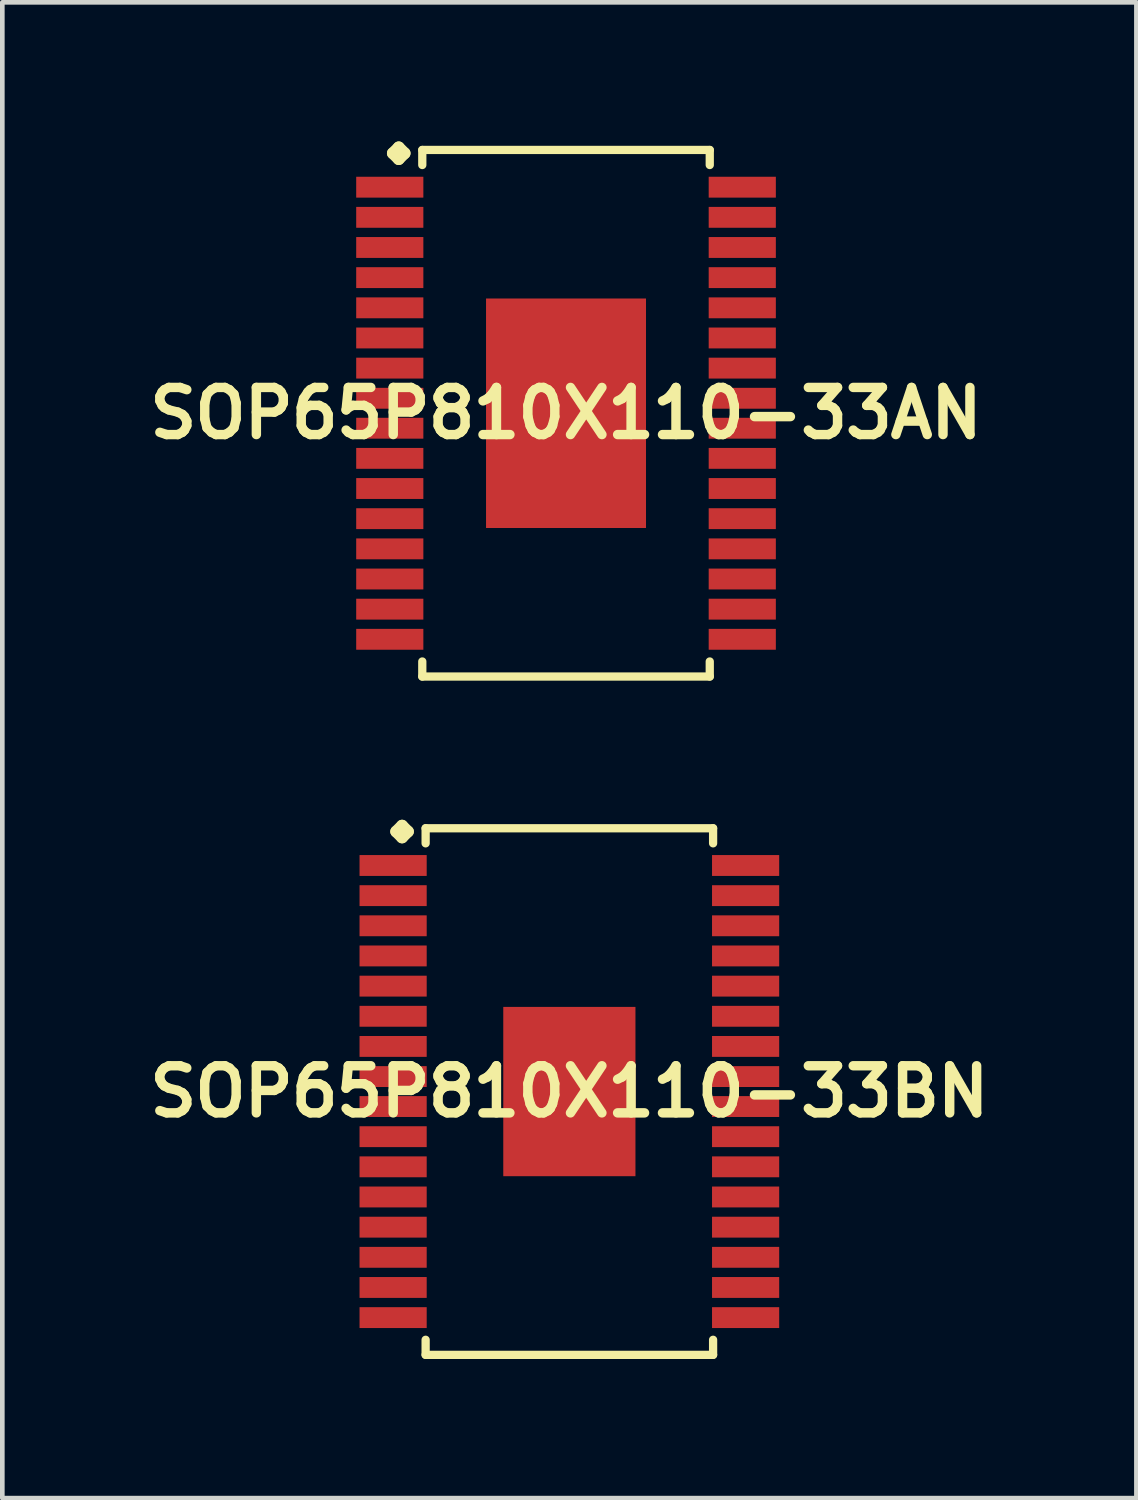
<source format=kicad_pcb>
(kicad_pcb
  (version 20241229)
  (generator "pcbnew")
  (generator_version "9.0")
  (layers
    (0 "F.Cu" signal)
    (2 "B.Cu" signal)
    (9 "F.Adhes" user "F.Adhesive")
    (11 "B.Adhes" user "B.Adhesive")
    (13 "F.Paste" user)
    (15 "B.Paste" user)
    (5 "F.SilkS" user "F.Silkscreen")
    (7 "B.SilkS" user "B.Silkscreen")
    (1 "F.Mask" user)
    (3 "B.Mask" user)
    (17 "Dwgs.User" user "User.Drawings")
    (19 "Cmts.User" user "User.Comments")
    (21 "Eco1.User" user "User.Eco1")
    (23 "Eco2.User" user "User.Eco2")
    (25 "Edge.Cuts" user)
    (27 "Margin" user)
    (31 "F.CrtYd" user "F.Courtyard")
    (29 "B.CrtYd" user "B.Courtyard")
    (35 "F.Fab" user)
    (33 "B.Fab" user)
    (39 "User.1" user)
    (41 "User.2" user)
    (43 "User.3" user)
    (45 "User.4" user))
  (footprint "SOP65P810X110-33BN"
    (layer "F.Cu")
    (at 9.226 20.485)
    (property "Reference" "SOP65P810X110-33BN" (at 0 0 0) (layer "F.SilkS") (effects (font (size 1.016 1.016) (thickness 0.203))))
    (attr smd)
    (fp_line (start -3.734 -5.606) (end -3.607 -5.733) (stroke (width 0.254) (type solid)) (layer "F.SilkS"))
    (fp_line (start -3.607 -5.733) (end -3.48 -5.606) (stroke (width 0.254) (type solid)) (layer "F.SilkS"))
    (fp_line (start -3.607 -5.479) (end -3.734 -5.606) (stroke (width 0.254) (type solid)) (layer "F.SilkS"))
    (fp_line (start -3.48 -5.606) (end -3.607 -5.479) (stroke (width 0.254) (type solid)) (layer "F.SilkS"))
    (fp_line (start -3.099 -5.677) (end 3.099 -5.677) (stroke (width 0.178) (type solid)) (layer "F.SilkS"))
    (fp_line (start -3.099 -5.352) (end -3.099 -5.677) (stroke (width 0.178) (type solid)) (layer "F.SilkS"))
    (fp_line (start -3.099 5.352) (end -3.099 5.677) (stroke (width 0.178) (type solid)) (layer "F.SilkS"))
    (fp_line (start -3.099 5.677) (end 3.099 5.677) (stroke (width 0.178) (type solid)) (layer "F.SilkS"))
    (fp_line (start 3.099 -5.677) (end 3.099 -5.352) (stroke (width 0.178) (type solid)) (layer "F.SilkS"))
    (fp_line (start 3.099 5.677) (end 3.099 5.352) (stroke (width 0.178) (type solid)) (layer "F.SilkS"))
    (pad "1" smd rect (at -3.8 -4.874) (size 1.448 0.45) (layers "F.Cu" "F.Mask" "F.Paste"))
    (pad "2" smd rect (at -3.8 -4.224) (size 1.448 0.45) (layers "F.Cu" "F.Mask" "F.Paste"))
    (pad "3" smd rect (at -3.8 -3.574) (size 1.448 0.45) (layers "F.Cu" "F.Mask" "F.Paste"))
    (pad "4" smd rect (at -3.8 -2.924) (size 1.448 0.45) (layers "F.Cu" "F.Mask" "F.Paste"))
    (pad "5" smd rect (at -3.8 -2.273) (size 1.448 0.45) (layers "F.Cu" "F.Mask" "F.Paste"))
    (pad "6" smd rect (at -3.8 -1.623) (size 1.448 0.45) (layers "F.Cu" "F.Mask" "F.Paste"))
    (pad "7" smd rect (at -3.8 -0.973) (size 1.448 0.45) (layers "F.Cu" "F.Mask" "F.Paste"))
    (pad "8" smd rect (at -3.8 -0.323) (size 1.448 0.45) (layers "F.Cu" "F.Mask" "F.Paste"))
    (pad "9" smd rect (at -3.8 0.323) (size 1.448 0.45) (layers "F.Cu" "F.Mask" "F.Paste"))
    (pad "10" smd rect (at -3.8 0.973) (size 1.448 0.45) (layers "F.Cu" "F.Mask" "F.Paste"))
    (pad "11" smd rect (at -3.8 1.623) (size 1.448 0.45) (layers "F.Cu" "F.Mask" "F.Paste"))
    (pad "12" smd rect (at -3.8 2.273) (size 1.448 0.45) (layers "F.Cu" "F.Mask" "F.Paste"))
    (pad "13" smd rect (at -3.8 2.924) (size 1.448 0.45) (layers "F.Cu" "F.Mask" "F.Paste"))
    (pad "14" smd rect (at -3.8 3.574) (size 1.448 0.45) (layers "F.Cu" "F.Mask" "F.Paste"))
    (pad "15" smd rect (at -3.8 4.224) (size 1.448 0.45) (layers "F.Cu" "F.Mask" "F.Paste"))
    (pad "16" smd rect (at -3.8 4.874) (size 1.448 0.45) (layers "F.Cu" "F.Mask" "F.Paste"))
    (pad "17" smd rect (at 3.8 4.874) (size 1.448 0.45) (layers "F.Cu" "F.Mask" "F.Paste"))
    (pad "18" smd rect (at 3.8 4.224) (size 1.448 0.45) (layers "F.Cu" "F.Mask" "F.Paste"))
    (pad "19" smd rect (at 3.8 3.574) (size 1.448 0.45) (layers "F.Cu" "F.Mask" "F.Paste"))
    (pad "20" smd rect (at 3.8 2.924) (size 1.448 0.45) (layers "F.Cu" "F.Mask" "F.Paste"))
    (pad "21" smd rect (at 3.8 2.273) (size 1.448 0.45) (layers "F.Cu" "F.Mask" "F.Paste"))
    (pad "22" smd rect (at 3.8 1.623) (size 1.448 0.45) (layers "F.Cu" "F.Mask" "F.Paste"))
    (pad "23" smd rect (at 3.8 0.973) (size 1.448 0.45) (layers "F.Cu" "F.Mask" "F.Paste"))
    (pad "24" smd rect (at 3.8 0.323) (size 1.448 0.45) (layers "F.Cu" "F.Mask" "F.Paste"))
    (pad "25" smd rect (at 3.8 -0.323) (size 1.448 0.45) (layers "F.Cu" "F.Mask" "F.Paste"))
    (pad "26" smd rect (at 3.8 -0.973) (size 1.448 0.45) (layers "F.Cu" "F.Mask" "F.Paste"))
    (pad "27" smd rect (at 3.8 -1.623) (size 1.448 0.45) (layers "F.Cu" "F.Mask" "F.Paste"))
    (pad "28" smd rect (at 3.8 -2.273) (size 1.448 0.45) (layers "F.Cu" "F.Mask" "F.Paste"))
    (pad "29" smd rect (at 3.8 -2.924) (size 1.448 0.45) (layers "F.Cu" "F.Mask" "F.Paste"))
    (pad "30" smd rect (at 3.8 -3.574) (size 1.448 0.45) (layers "F.Cu" "F.Mask" "F.Paste"))
    (pad "31" smd rect (at 3.8 -4.224) (size 1.448 0.45) (layers "F.Cu" "F.Mask" "F.Paste"))
    (pad "32" smd rect (at 3.8 -4.874) (size 1.448 0.45) (layers "F.Cu" "F.Mask" "F.Paste"))
    (pad "33" smd rect (at 0 0) (size 2.85 3.65) (layers "F.Cu" "F.Mask" "F.Paste")))
  (footprint "SOP65P810X110-33AN"
    (layer "F.Cu")
    (at 9.154 5.86)
    (property "Reference" "SOP65P810X110-33AN" (at 0 0 0) (layer "F.SilkS") (effects (font (size 1.016 1.016) (thickness 0.203))))
    (attr smd)
    (fp_line (start -3.734 -5.606) (end -3.607 -5.733) (stroke (width 0.254) (type solid)) (layer "F.SilkS"))
    (fp_line (start -3.607 -5.733) (end -3.48 -5.606) (stroke (width 0.254) (type solid)) (layer "F.SilkS"))
    (fp_line (start -3.607 -5.479) (end -3.734 -5.606) (stroke (width 0.254) (type solid)) (layer "F.SilkS"))
    (fp_line (start -3.48 -5.606) (end -3.607 -5.479) (stroke (width 0.254) (type solid)) (layer "F.SilkS"))
    (fp_line (start -3.099 -5.677) (end 3.099 -5.677) (stroke (width 0.178) (type solid)) (layer "F.SilkS"))
    (fp_line (start -3.099 -5.352) (end -3.099 -5.677) (stroke (width 0.178) (type solid)) (layer "F.SilkS"))
    (fp_line (start -3.099 5.352) (end -3.099 5.677) (stroke (width 0.178) (type solid)) (layer "F.SilkS"))
    (fp_line (start -3.099 5.677) (end 3.099 5.677) (stroke (width 0.178) (type solid)) (layer "F.SilkS"))
    (fp_line (start 3.099 -5.677) (end 3.099 -5.352) (stroke (width 0.178) (type solid)) (layer "F.SilkS"))
    (fp_line (start 3.099 5.677) (end 3.099 5.352) (stroke (width 0.178) (type solid)) (layer "F.SilkS"))
    (pad "1" smd rect (at -3.8 -4.874) (size 1.448 0.45) (layers "F.Cu" "F.Mask" "F.Paste"))
    (pad "2" smd rect (at -3.8 -4.224) (size 1.448 0.45) (layers "F.Cu" "F.Mask" "F.Paste"))
    (pad "3" smd rect (at -3.8 -3.574) (size 1.448 0.45) (layers "F.Cu" "F.Mask" "F.Paste"))
    (pad "4" smd rect (at -3.8 -2.924) (size 1.448 0.45) (layers "F.Cu" "F.Mask" "F.Paste"))
    (pad "5" smd rect (at -3.8 -2.273) (size 1.448 0.45) (layers "F.Cu" "F.Mask" "F.Paste"))
    (pad "6" smd rect (at -3.8 -1.623) (size 1.448 0.45) (layers "F.Cu" "F.Mask" "F.Paste"))
    (pad "7" smd rect (at -3.8 -0.973) (size 1.448 0.45) (layers "F.Cu" "F.Mask" "F.Paste"))
    (pad "8" smd rect (at -3.8 -0.323) (size 1.448 0.45) (layers "F.Cu" "F.Mask" "F.Paste"))
    (pad "9" smd rect (at -3.8 0.323) (size 1.448 0.45) (layers "F.Cu" "F.Mask" "F.Paste"))
    (pad "10" smd rect (at -3.8 0.973) (size 1.448 0.45) (layers "F.Cu" "F.Mask" "F.Paste"))
    (pad "11" smd rect (at -3.8 1.623) (size 1.448 0.45) (layers "F.Cu" "F.Mask" "F.Paste"))
    (pad "12" smd rect (at -3.8 2.273) (size 1.448 0.45) (layers "F.Cu" "F.Mask" "F.Paste"))
    (pad "13" smd rect (at -3.8 2.924) (size 1.448 0.45) (layers "F.Cu" "F.Mask" "F.Paste"))
    (pad "14" smd rect (at -3.8 3.574) (size 1.448 0.45) (layers "F.Cu" "F.Mask" "F.Paste"))
    (pad "15" smd rect (at -3.8 4.224) (size 1.448 0.45) (layers "F.Cu" "F.Mask" "F.Paste"))
    (pad "16" smd rect (at -3.8 4.874) (size 1.448 0.45) (layers "F.Cu" "F.Mask" "F.Paste"))
    (pad "17" smd rect (at 3.8 4.874) (size 1.448 0.45) (layers "F.Cu" "F.Mask" "F.Paste"))
    (pad "18" smd rect (at 3.8 4.224) (size 1.448 0.45) (layers "F.Cu" "F.Mask" "F.Paste"))
    (pad "19" smd rect (at 3.8 3.574) (size 1.448 0.45) (layers "F.Cu" "F.Mask" "F.Paste"))
    (pad "20" smd rect (at 3.8 2.924) (size 1.448 0.45) (layers "F.Cu" "F.Mask" "F.Paste"))
    (pad "21" smd rect (at 3.8 2.273) (size 1.448 0.45) (layers "F.Cu" "F.Mask" "F.Paste"))
    (pad "22" smd rect (at 3.8 1.623) (size 1.448 0.45) (layers "F.Cu" "F.Mask" "F.Paste"))
    (pad "23" smd rect (at 3.8 0.973) (size 1.448 0.45) (layers "F.Cu" "F.Mask" "F.Paste"))
    (pad "24" smd rect (at 3.8 0.323) (size 1.448 0.45) (layers "F.Cu" "F.Mask" "F.Paste"))
    (pad "25" smd rect (at 3.8 -0.323) (size 1.448 0.45) (layers "F.Cu" "F.Mask" "F.Paste"))
    (pad "26" smd rect (at 3.8 -0.973) (size 1.448 0.45) (layers "F.Cu" "F.Mask" "F.Paste"))
    (pad "27" smd rect (at 3.8 -1.623) (size 1.448 0.45) (layers "F.Cu" "F.Mask" "F.Paste"))
    (pad "28" smd rect (at 3.8 -2.273) (size 1.448 0.45) (layers "F.Cu" "F.Mask" "F.Paste"))
    (pad "29" smd rect (at 3.8 -2.924) (size 1.448 0.45) (layers "F.Cu" "F.Mask" "F.Paste"))
    (pad "30" smd rect (at 3.8 -3.574) (size 1.448 0.45) (layers "F.Cu" "F.Mask" "F.Paste"))
    (pad "31" smd rect (at 3.8 -4.224) (size 1.448 0.45) (layers "F.Cu" "F.Mask" "F.Paste"))
    (pad "32" smd rect (at 3.8 -4.874) (size 1.448 0.45) (layers "F.Cu" "F.Mask" "F.Paste"))
    (pad "33" smd rect (at 0 0) (size 3.449 4.948) (layers "F.Cu" "F.Mask" "F.Paste")))
  (gr_rect
    (start -3 -3)
    (end 21.452 29.251)
    (stroke (width 0.1) (type default))
    (fill no)
    (layer "Edge.Cuts")))
</source>
